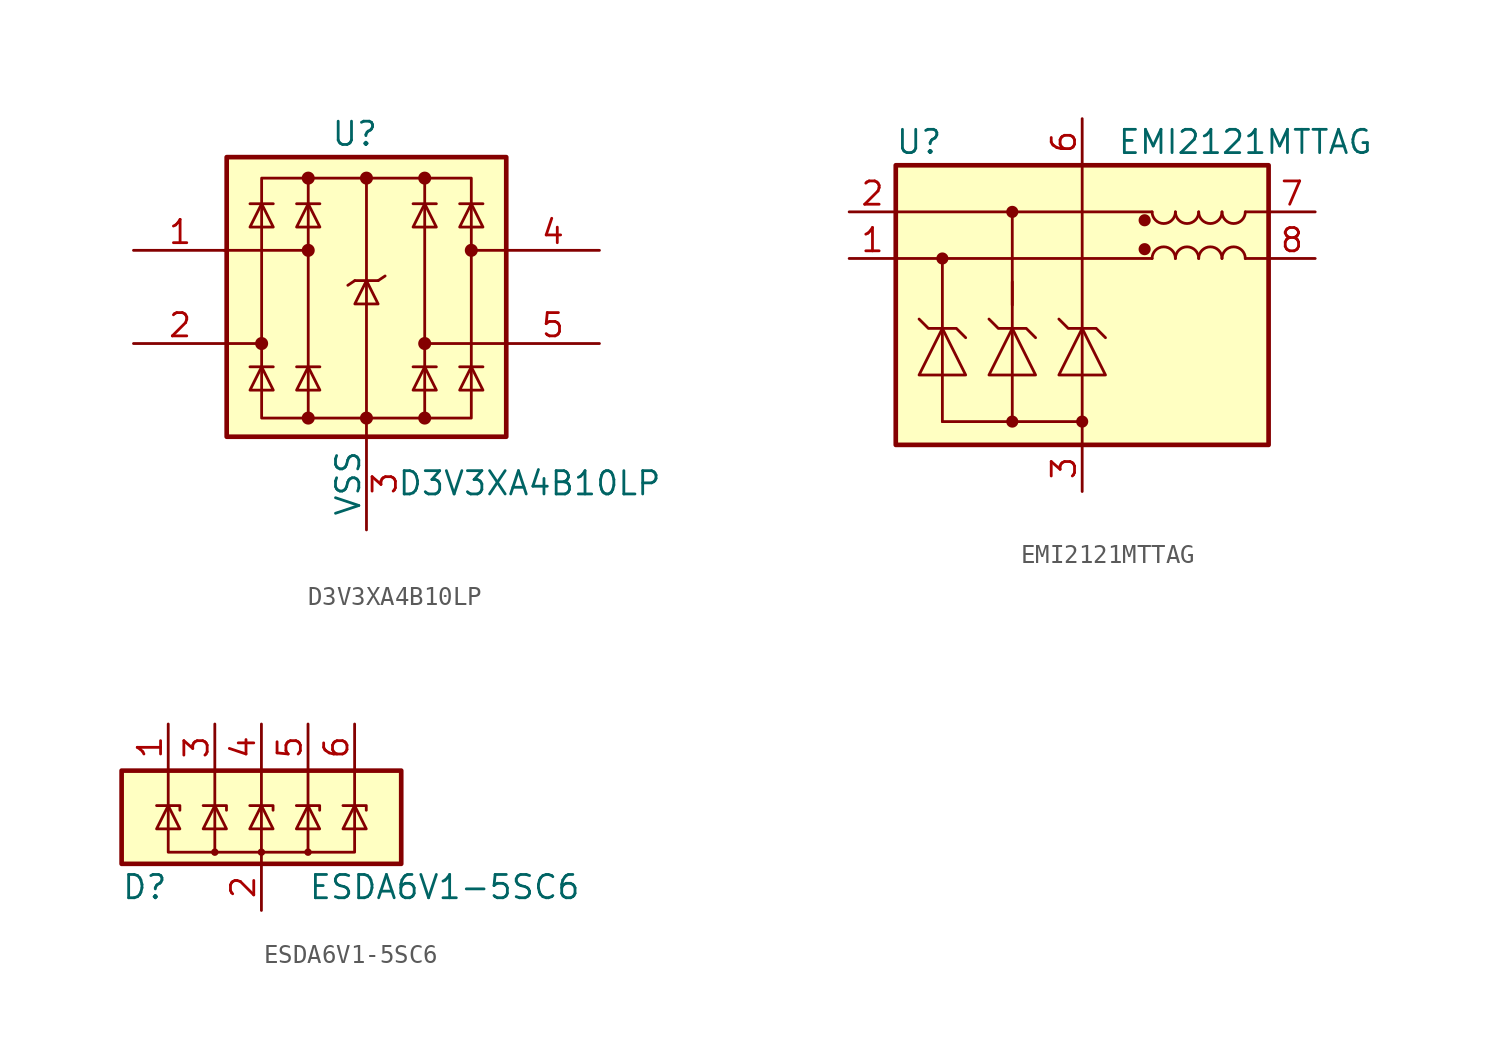
<source format=kicad_sym>
(kicad_symbol_lib
  (version 20201005)
  (generator kicad_symbol_editor)
  (symbol "Power_Protection:D3V3XA4B10LP"
    (pin_names
      (offset 0))
    (property "Reference" "U"
      (at -0.635 8.89 0)
      (effects (font (size 1.27 1.27))))
    (property "Value" "D3V3XA4B10LP"
      (at 8.89 -10.16 0)
      (effects (font (size 1.27 1.27))))
    (symbol "D3V3XA4B10LP_0_0"
      (rectangle (start -5.715 6.477) (end 5.715 -6.604) (stroke (width 0)) (fill (type none)))
      (polyline (pts (xy -3.175 -6.604) (xy -3.175 6.477)) (stroke (width 0)) (fill (type none)))
      (polyline (pts (xy 0 6.477) (xy 0 -6.604)) (stroke (width 0)) (fill (type none)))
      (polyline (pts (xy 3.175 6.477) (xy 3.175 -6.604)) (stroke (width 0)) (fill (type none))))
    (symbol "D3V3XA4B10LP_0_1"
      (circle (center -5.715 -2.54) (radius 0.279) (stroke (width 0)) (fill (type outline)))
      (circle (center -3.175 -6.604) (radius 0.279) (stroke (width 0)) (fill (type outline)))
      (circle (center -3.175 2.54) (radius 0.279) (stroke (width 0)) (fill (type outline)))
      (circle (center -3.175 6.477) (radius 0.279) (stroke (width 0)) (fill (type outline)))
      (circle (center 0 -6.604) (radius 0.279) (stroke (width 0)) (fill (type outline)))
      (circle (center 0 6.477) (radius 0.279) (stroke (width 0)) (fill (type outline)))
      (circle (center 3.175 -6.604) (radius 0.279) (stroke (width 0)) (fill (type outline)))
      (circle (center 3.175 -2.54) (radius 0.279) (stroke (width 0)) (fill (type outline)))
      (circle (center 3.175 6.477) (radius 0.279) (stroke (width 0)) (fill (type outline)))
      (circle (center 5.715 2.54) (radius 0.279) (stroke (width 0)) (fill (type outline)))
      (rectangle (start -7.62 7.62) (end 7.62 -7.62) (stroke (width 0.254)) (fill (type background)))
      (polyline (pts (xy -7.747 2.54) (xy -3.175 2.54)) (stroke (width 0)) (fill (type none)))
      (polyline (pts (xy -7.62 -2.54) (xy -5.715 -2.54)) (stroke (width 0)) (fill (type none)))
      (polyline (pts (xy -5.08 -3.81) (xy -6.35 -3.81)) (stroke (width 0)) (fill (type none)))
      (polyline (pts (xy -5.08 5.08) (xy -6.35 5.08)) (stroke (width 0)) (fill (type none)))
      (polyline (pts (xy -2.54 -3.81) (xy -3.81 -3.81)) (stroke (width 0)) (fill (type none)))
      (polyline (pts (xy -2.54 5.08) (xy -3.81 5.08)) (stroke (width 0)) (fill (type none)))
      (polyline (pts (xy -0.635 0.889) (xy -1.016 0.635)) (stroke (width 0)) (fill (type none)))
      (polyline (pts (xy 0 -6.604) (xy 0 -7.62)) (stroke (width 0)) (fill (type none)))
      (polyline (pts (xy 0.635 0.889) (xy -0.635 0.889)) (stroke (width 0)) (fill (type none)))
      (polyline (pts (xy 0.635 0.889) (xy 1.016 1.143)) (stroke (width 0)) (fill (type none)))
      (polyline (pts (xy 3.81 -3.81) (xy 2.54 -3.81)) (stroke (width 0)) (fill (type none)))
      (polyline (pts (xy 3.81 5.08) (xy 2.54 5.08)) (stroke (width 0)) (fill (type none)))
      (polyline (pts (xy 6.35 -3.81) (xy 5.08 -3.81)) (stroke (width 0)) (fill (type none)))
      (polyline (pts (xy 6.35 5.08) (xy 5.08 5.08)) (stroke (width 0)) (fill (type none)))
      (polyline (pts (xy 7.62 -2.54) (xy 3.175 -2.54)) (stroke (width 0)) (fill (type none)))
      (polyline (pts (xy 7.62 2.54) (xy 5.715 2.54)) (stroke (width 0)) (fill (type none)))
      (polyline (pts (xy -5.08 -5.08) (xy -6.35 -5.08) (xy -5.715 -3.81) (xy -5.08 -5.08)) (stroke (width 0)) (fill (type none)))
      (polyline (pts (xy -5.08 3.81) (xy -6.35 3.81) (xy -5.715 5.08) (xy -5.08 3.81)) (stroke (width 0)) (fill (type none)))
      (polyline (pts (xy -2.54 -5.08) (xy -3.81 -5.08) (xy -3.175 -3.81) (xy -2.54 -5.08)) (stroke (width 0)) (fill (type none)))
      (polyline (pts (xy -2.54 3.81) (xy -3.81 3.81) (xy -3.175 5.08) (xy -2.54 3.81)) (stroke (width 0)) (fill (type none)))
      (polyline (pts (xy 0.635 -0.381) (xy -0.635 -0.381) (xy 0 0.889) (xy 0.635 -0.381)) (stroke (width 0)) (fill (type none)))
      (polyline (pts (xy 3.81 -5.08) (xy 2.54 -5.08) (xy 3.175 -3.81) (xy 3.81 -5.08)) (stroke (width 0)) (fill (type none)))
      (polyline (pts (xy 3.81 3.81) (xy 2.54 3.81) (xy 3.175 5.08) (xy 3.81 3.81)) (stroke (width 0)) (fill (type none)))
      (polyline (pts (xy 6.35 -5.08) (xy 5.08 -5.08) (xy 5.715 -3.81) (xy 6.35 -5.08)) (stroke (width 0)) (fill (type none)))
      (polyline (pts (xy 6.35 3.81) (xy 5.08 3.81) (xy 5.715 5.08) (xy 6.35 3.81)) (stroke (width 0)) (fill (type none))))
    (symbol "D3V3XA4B10LP_1_1"
      (pin passive line (at -12.7 2.54 0) (length 5.08) (name "~" (effects (font (size 1.27 1.27)))) (number "1" (effects (font (size 1.27 1.27)))))
      (pin no_connect line (at -5.08 7.62 0) (length 5.08) hide (name "NC" (effects (font (size 1.27 1.27)))) (number "10" (effects (font (size 1.27 1.27)))))
      (pin passive line (at -12.7 -2.54 0) (length 5.08) (name "~" (effects (font (size 1.27 1.27)))) (number "2" (effects (font (size 1.27 1.27)))))
      (pin power_in line (at 0 -12.7 90) (length 5.08) (name "VSS" (effects (font (size 1.27 1.27)))) (number "3" (effects (font (size 1.27 1.27)))))
      (pin passive line (at 12.7 2.54 180) (length 5.08) (name "~" (effects (font (size 1.27 1.27)))) (number "4" (effects (font (size 1.27 1.27)))))
      (pin passive line (at 12.7 -2.54 180) (length 5.08) (name "~" (effects (font (size 1.27 1.27)))) (number "5" (effects (font (size 1.27 1.27)))))
      (pin no_connect line (at 5.08 -7.62 180) (length 5.08) hide (name "NC" (effects (font (size 1.27 1.27)))) (number "6" (effects (font (size 1.27 1.27)))))
      (pin no_connect line (at 5.08 7.62 180) (length 5.08) hide (name "NC" (effects (font (size 1.27 1.27)))) (number "7" (effects (font (size 1.27 1.27)))))
      (pin passive line (at 0 -12.7 90) (length 5.08) hide (name "VSS" (effects (font (size 1.27 1.27)))) (number "8" (effects (font (size 1.27 1.27)))))
      (pin no_connect line (at -5.08 -7.62 0) (length 5.08) hide (name "NC" (effects (font (size 1.27 1.27)))) (number "9" (effects (font (size 1.27 1.27)))))))
  (symbol "Power_Protection:EMI2121MTTAG"
    (pin_names
      (offset 0.025) hide)
    (property "Reference" "U"
      (at -8.89 8.89 0)
      (effects (font (size 1.27 1.27))))
    (property "Value" "EMI2121MTTAG"
      (at 8.89 8.89 0)
      (effects (font (size 1.27 1.27))))
    (symbol "EMI2121MTTAG_0_1"
      (arc (start 3.81 5.08) (end 5.08 5.08) (radius (at 4.445 5.08) (length 0.635) (angles -179.9 -0.1)) (stroke (width 0)) (fill (type none)))
      (arc (start 5.08 5.08) (end 6.35 5.08) (radius (at 5.715 5.08) (length 0.635) (angles -179.9 -0.1)) (stroke (width 0)) (fill (type none)))
      (arc (start 6.35 5.08) (end 7.62 5.08) (radius (at 6.985 5.08) (length 0.635) (angles -179.9 -0.1)) (stroke (width 0)) (fill (type none)))
      (arc (start 7.62 5.08) (end 8.89 5.08) (radius (at 8.255 5.08) (length 0.635) (angles -179.9 -0.1)) (stroke (width 0)) (fill (type none)))
      (rectangle (start -10.16 7.62) (end 10.16 -7.62) (stroke (width 0.254)) (fill (type background)))
      (polyline (pts (xy -10.16 2.54) (xy 3.81 2.54)) (stroke (width 0)) (fill (type none)))
      (polyline (pts (xy -10.16 5.08) (xy 3.81 5.08)) (stroke (width 0)) (fill (type none)))
      (polyline (pts (xy -7.62 -6.35) (xy 0 -6.35)) (stroke (width 0)) (fill (type none)))
      (polyline (pts (xy -3.81 0) (xy -3.81 5.08)) (stroke (width 0)) (fill (type none)))
      (polyline (pts (xy 0 -6.35) (xy 0 -7.62)) (stroke (width 0)) (fill (type none)))
      (polyline (pts (xy 8.89 2.54) (xy 10.16 2.54)) (stroke (width 0)) (fill (type none)))
      (polyline (pts (xy 8.89 5.08) (xy 10.16 5.08)) (stroke (width 0)) (fill (type none)))
      (polyline (pts (xy 0 7.62) (xy 0 1.27) (xy 0 -1.27)) (stroke (width 0)) (fill (type none))))
    (symbol "EMI2121MTTAG_1_1"
      (arc (start 5.08 2.54) (end 3.81 2.54) (radius (at 4.445 2.54) (length 0.635) (angles 0.1 179.9)) (stroke (width 0)) (fill (type none)))
      (arc (start 6.35 2.54) (end 5.08 2.54) (radius (at 5.715 2.54) (length 0.635) (angles 0.1 179.9)) (stroke (width 0)) (fill (type none)))
      (arc (start 7.62 2.54) (end 6.35 2.54) (radius (at 6.985 2.54) (length 0.635) (angles 0.1 179.9)) (stroke (width 0)) (fill (type none)))
      (arc (start 8.89 2.54) (end 7.62 2.54) (radius (at 8.255 2.54) (length 0.635) (angles 0.1 179.9)) (stroke (width 0)) (fill (type none)))
      (circle (center -7.62 2.54) (radius 0.254) (stroke (width 0)) (fill (type outline)))
      (circle (center -3.81 -6.35) (radius 0.254) (stroke (width 0)) (fill (type outline)))
      (circle (center -3.81 5.08) (radius 0.254) (stroke (width 0)) (fill (type outline)))
      (circle (center 0 -6.35) (radius 0.254) (stroke (width 0)) (fill (type outline)))
      (circle (center 3.404 3.048) (radius 0.254) (stroke (width 0)) (fill (type outline)))
      (circle (center 3.404 4.623) (radius 0.254) (stroke (width 0)) (fill (type outline)))
      (polyline (pts (xy -7.62 -6.35) (xy -7.62 -1.27)) (stroke (width 0)) (fill (type none)))
      (polyline (pts (xy -7.62 -1.27) (xy -7.62 2.54)) (stroke (width 0)) (fill (type none)))
      (polyline (pts (xy -3.81 -6.35) (xy -3.81 -1.27)) (stroke (width 0)) (fill (type none)))
      (polyline (pts (xy -3.81 -1.27) (xy -3.81 1.27)) (stroke (width 0)) (fill (type none)))
      (polyline (pts (xy 0 -6.35) (xy 0 -1.27)) (stroke (width 0)) (fill (type none)))
      (polyline (pts (xy -8.89 -3.81) (xy -6.35 -3.81) (xy -7.62 -1.27) (xy -8.89 -3.81)) (stroke (width 0)) (fill (type none)))
      (polyline (pts (xy -6.35 -1.778) (xy -6.858 -1.27) (xy -8.382 -1.27) (xy -8.89 -0.762)) (stroke (width 0)) (fill (type none)))
      (polyline (pts (xy -5.08 -3.81) (xy -2.54 -3.81) (xy -3.81 -1.27) (xy -5.08 -3.81)) (stroke (width 0)) (fill (type none)))
      (polyline (pts (xy -2.54 -1.778) (xy -3.048 -1.27) (xy -4.572 -1.27) (xy -5.08 -0.762)) (stroke (width 0)) (fill (type none)))
      (polyline (pts (xy -1.27 -3.81) (xy 1.27 -3.81) (xy 0 -1.27) (xy -1.27 -3.81)) (stroke (width 0)) (fill (type none)))
      (polyline (pts (xy 1.27 -1.778) (xy 0.762 -1.27) (xy -0.762 -1.27) (xy -1.27 -0.762)) (stroke (width 0)) (fill (type none)))
      (pin passive line (at -12.7 2.54 0) (length 2.54) (name "In_1+" (effects (font (size 1.27 1.27)))) (number "1" (effects (font (size 1.27 1.27)))))
      (pin passive line (at -12.7 5.08 0) (length 2.54) (name "In_1-" (effects (font (size 1.27 1.27)))) (number "2" (effects (font (size 1.27 1.27)))))
      (pin power_in line (at 0 -10.16 90) (length 2.54) (name "GND" (effects (font (size 1.27 1.27)))) (number "3" (effects (font (size 1.27 1.27)))))
      (pin passive line (at 0 -10.16 90) (length 2.54) hide (name "GND" (effects (font (size 1.27 1.27)))) (number "4" (effects (font (size 1.27 1.27)))))
      (pin passive line (at 0 -10.16 90) (length 2.54) hide (name "GND" (effects (font (size 1.27 1.27)))) (number "5" (effects (font (size 1.27 1.27)))))
      (pin power_in line (at 0 10.16 270) (length 2.54) (name "VDD" (effects (font (size 1.27 1.27)))) (number "6" (effects (font (size 1.27 1.27)))))
      (pin passive line (at 12.7 5.08 180) (length 2.54) (name "Out_1-" (effects (font (size 1.27 1.27)))) (number "7" (effects (font (size 1.27 1.27)))))
      (pin passive line (at 12.7 2.54 180) (length 2.54) (name "Out_1+" (effects (font (size 1.27 1.27)))) (number "8" (effects (font (size 1.27 1.27)))))
      (pin passive line (at 0 -10.16 90) (length 2.54) hide (name "GND" (effects (font (size 1.27 1.27)))) (number "9" (effects (font (size 1.27 1.27)))))))
  (symbol "Power_Protection:ESDA6V1-5SC6"
    (pin_names hide)
    (property "Reference" "D"
      (at -5.08 -3.81 0)
      (effects (font (size 1.27 1.27)) (justify right)))
    (property "Value" "ESDA6V1-5SC6"
      (at 2.54 -3.81 0)
      (effects (font (size 1.27 1.27)) (justify left)))
    (symbol "ESDA6V1-5SC6_0_0"
      (pin passive line (at 0 -5.08 90) (length 2.54) (name "GND" (effects (font (size 1.27 1.27)))) (number "2" (effects (font (size 1.27 1.27))))))
    (symbol "ESDA6V1-5SC6_0_1"
      (circle (center -2.54 -1.905) (radius 0.127) (stroke (width 0)) (fill (type none)))
      (circle (center 0 -1.905) (radius 0.127) (stroke (width 0)) (fill (type none)))
      (circle (center 2.54 -1.905) (radius 0.127) (stroke (width 0)) (fill (type none)))
      (rectangle (start -7.62 2.54) (end 7.62 -2.54) (stroke (width 0.254)) (fill (type background)))
      (polyline (pts (xy -2.54 2.54) (xy -2.54 -1.905)) (stroke (width 0)) (fill (type none)))
      (polyline (pts (xy 0 2.54) (xy 0 -2.54)) (stroke (width 0)) (fill (type none)))
      (polyline (pts (xy 2.54 2.54) (xy 2.54 -1.905)) (stroke (width 0)) (fill (type none)))
      (polyline (pts (xy -5.715 0.635) (xy -4.445 0.635) (xy -4.445 0.381)) (stroke (width 0)) (fill (type none)))
      (polyline (pts (xy -3.175 0.635) (xy -1.905 0.635) (xy -1.905 0.381)) (stroke (width 0)) (fill (type none)))
      (polyline (pts (xy -0.635 0.635) (xy 0.635 0.635) (xy 0.635 0.381)) (stroke (width 0)) (fill (type none)))
      (polyline (pts (xy 1.905 0.635) (xy 3.175 0.635) (xy 3.175 0.381)) (stroke (width 0)) (fill (type none)))
      (polyline (pts (xy 4.445 0.635) (xy 5.715 0.635) (xy 5.715 0.381)) (stroke (width 0)) (fill (type none)))
      (polyline (pts (xy -5.715 -0.635) (xy -4.445 -0.635) (xy -5.08 0.635) (xy -5.715 -0.635)) (stroke (width 0)) (fill (type none)))
      (polyline (pts (xy -5.08 2.54) (xy -5.08 -1.905) (xy 5.08 -1.905) (xy 5.08 2.54)) (stroke (width 0)) (fill (type none)))
      (polyline (pts (xy -3.175 -0.635) (xy -1.905 -0.635) (xy -2.54 0.635) (xy -3.175 -0.635)) (stroke (width 0)) (fill (type none)))
      (polyline (pts (xy -0.635 -0.635) (xy 0.635 -0.635) (xy 0 0.635) (xy -0.635 -0.635)) (stroke (width 0)) (fill (type none)))
      (polyline (pts (xy 1.905 -0.635) (xy 3.175 -0.635) (xy 2.54 0.635) (xy 1.905 -0.635)) (stroke (width 0)) (fill (type none)))
      (polyline (pts (xy 4.445 -0.635) (xy 5.715 -0.635) (xy 5.08 0.635) (xy 4.445 -0.635)) (stroke (width 0)) (fill (type none))))
    (symbol "ESDA6V1-5SC6_1_1"
      (pin passive line (at -5.08 5.08 270) (length 2.54) (name "IO1" (effects (font (size 1.27 1.27)))) (number "1" (effects (font (size 1.27 1.27)))))
      (pin passive line (at -2.54 5.08 270) (length 2.54) (name "IO2" (effects (font (size 1.27 1.27)))) (number "3" (effects (font (size 1.27 1.27)))))
      (pin passive line (at 0 5.08 270) (length 2.54) (name "IO3" (effects (font (size 1.27 1.27)))) (number "4" (effects (font (size 1.27 1.27)))))
      (pin passive line (at 2.54 5.08 270) (length 2.54) (name "IO4" (effects (font (size 1.27 1.27)))) (number "5" (effects (font (size 1.27 1.27)))))
      (pin passive line (at 5.08 5.08 270) (length 2.54) (name "IO5" (effects (font (size 1.27 1.27)))) (number "6" (effects (font (size 1.27 1.27))))))))
</source>
